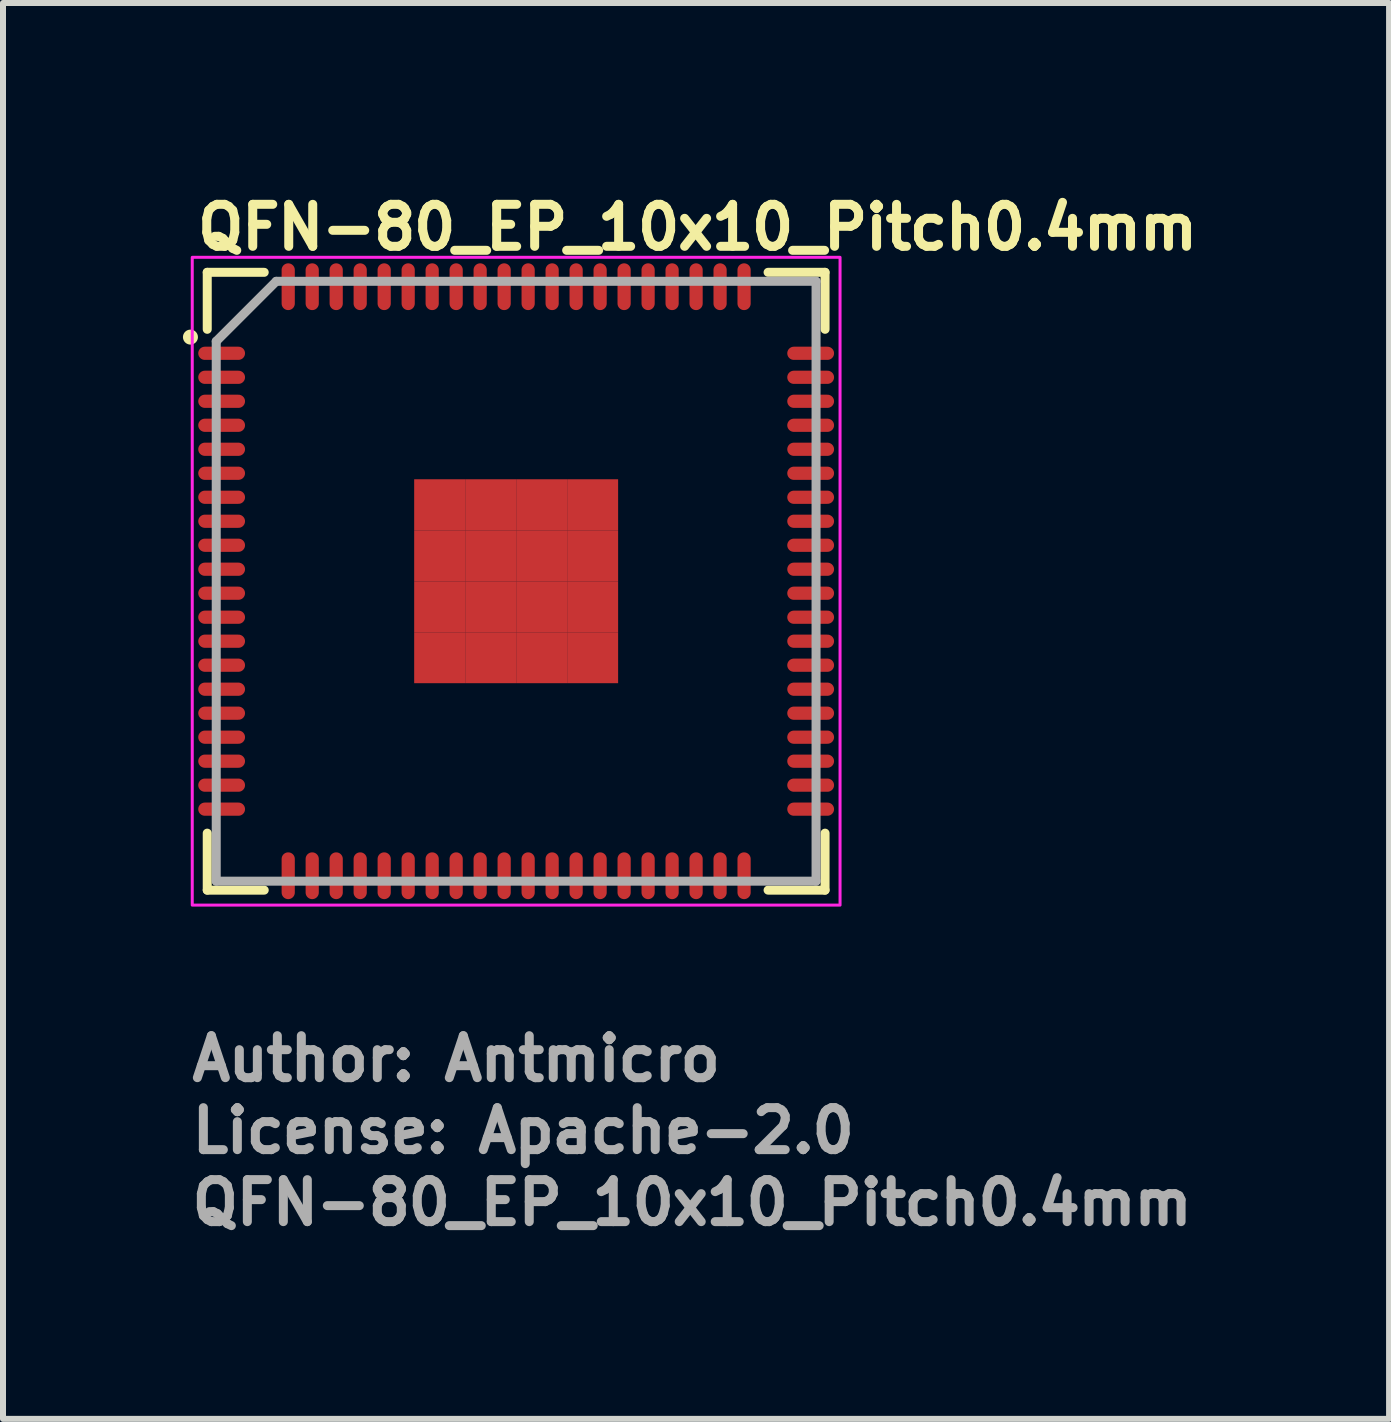
<source format=kicad_pcb>
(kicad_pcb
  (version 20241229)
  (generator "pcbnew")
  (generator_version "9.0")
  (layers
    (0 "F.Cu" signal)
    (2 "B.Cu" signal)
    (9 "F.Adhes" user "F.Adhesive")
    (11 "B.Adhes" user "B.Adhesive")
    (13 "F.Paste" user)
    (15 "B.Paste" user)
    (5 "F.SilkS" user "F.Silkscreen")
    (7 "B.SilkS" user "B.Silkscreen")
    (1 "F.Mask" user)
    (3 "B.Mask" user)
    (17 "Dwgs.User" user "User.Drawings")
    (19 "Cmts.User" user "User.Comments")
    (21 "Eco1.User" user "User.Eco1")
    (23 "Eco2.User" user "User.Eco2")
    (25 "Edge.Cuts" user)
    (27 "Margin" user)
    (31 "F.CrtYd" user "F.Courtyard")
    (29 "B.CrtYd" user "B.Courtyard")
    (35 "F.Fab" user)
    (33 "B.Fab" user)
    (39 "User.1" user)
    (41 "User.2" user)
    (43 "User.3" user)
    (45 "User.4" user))
  (footprint "QFN-80_EP_10x10_Pitch0.4mm"
    (layer "F.Cu")
    (at 5.555 6.64)
    (property "Reference" "QFN-80_EP_10x10_Pitch0.4mm" (at -5.39 -5.49 0) (layer "F.SilkS") (effects (font (size 0.7 0.7) (thickness 0.15)) (justify left bottom)))
    (attr smd)
    (fp_line (start -5.15 -5.15) (end -4.2 -5.15) (stroke (width 0.15) (type solid)) (layer "F.SilkS"))
    (fp_line (start -5.15 -4.2) (end -5.15 -5.15) (stroke (width 0.15) (type solid)) (layer "F.SilkS"))
    (fp_line (start -5.15 5.15) (end -5.15 4.2) (stroke (width 0.15) (type solid)) (layer "F.SilkS"))
    (fp_line (start -4.2 5.15) (end -5.15 5.15) (stroke (width 0.15) (type solid)) (layer "F.SilkS"))
    (fp_line (start 4.2 -5.15) (end 5.15 -5.15) (stroke (width 0.15) (type solid)) (layer "F.SilkS"))
    (fp_line (start 4.2 5.15) (end 5.15 5.15) (stroke (width 0.15) (type solid)) (layer "F.SilkS"))
    (fp_line (start 5.15 -5.15) (end 5.15 -4.2) (stroke (width 0.15) (type solid)) (layer "F.SilkS"))
    (fp_line (start 5.15 5.15) (end 5.15 4.2) (stroke (width 0.15) (type solid)) (layer "F.SilkS"))
    (fp_circle (center -5.43 -4.07) (end -5.38 -4.07) (stroke (width 0.15) (type solid)) (fill yes) (layer "F.SilkS"))
    (fp_rect (start -5.4 -5.4) (end 5.4 5.4) (stroke (width 0.05) (type solid)) (fill no) (layer "F.CrtYd"))
    (fp_line (start -5 -4) (end -5 5) (stroke (width 0.15) (type solid)) (layer "F.Fab"))
    (fp_line (start -5 5) (end 5 5) (stroke (width 0.15) (type solid)) (layer "F.Fab"))
    (fp_line (start -4 -5) (end -5 -4) (stroke (width 0.15) (type solid)) (layer "F.Fab"))
    (fp_line (start 5 -5) (end -4 -5) (stroke (width 0.15) (type solid)) (layer "F.Fab"))
    (fp_line (start 5 5) (end 5 -5) (stroke (width 0.15) (type solid)) (layer "F.Fab"))
    (fp_rect (start -5 -5) (end 5 5) (stroke (width 0.1) (type solid)) (fill no) (layer "User.5"))
    (fp_line (start -5 -3.91) (end -5 -3.69) (stroke (width 0.02) (type solid)) (layer "User.9"))
    (fp_line (start -5 -3.69) (end -4.99 -3.69) (stroke (width 0.02) (type solid)) (layer "User.9"))
    (fp_line (start -5 -3.51) (end -5 -3.29) (stroke (width 0.02) (type solid)) (layer "User.9"))
    (fp_line (start -5 -3.29) (end -4.99 -3.29) (stroke (width 0.02) (type solid)) (layer "User.9"))
    (fp_line (start -5 -3.11) (end -5 -2.89) (stroke (width 0.02) (type solid)) (layer "User.9"))
    (fp_line (start -5 -2.89) (end -4.99 -2.89) (stroke (width 0.02) (type solid)) (layer "User.9"))
    (fp_line (start -5 -2.71) (end -5 -2.49) (stroke (width 0.02) (type solid)) (layer "User.9"))
    (fp_line (start -5 -2.49) (end -4.99 -2.49) (stroke (width 0.02) (type solid)) (layer "User.9"))
    (fp_line (start -5 -2.31) (end -5 -2.09) (stroke (width 0.02) (type solid)) (layer "User.9"))
    (fp_line (start -5 -2.09) (end -4.99 -2.09) (stroke (width 0.02) (type solid)) (layer "User.9"))
    (fp_line (start -5 -1.91) (end -5 -1.69) (stroke (width 0.02) (type solid)) (layer "User.9"))
    (fp_line (start -5 -1.69) (end -4.99 -1.69) (stroke (width 0.02) (type solid)) (layer "User.9"))
    (fp_line (start -5 -1.51) (end -5 -1.29) (stroke (width 0.02) (type solid)) (layer "User.9"))
    (fp_line (start -5 -1.29) (end -4.99 -1.29) (stroke (width 0.02) (type solid)) (layer "User.9"))
    (fp_line (start -5 -1.11) (end -5 -0.89) (stroke (width 0.02) (type solid)) (layer "User.9"))
    (fp_line (start -5 -0.89) (end -4.99 -0.89) (stroke (width 0.02) (type solid)) (layer "User.9"))
    (fp_line (start -5 -0.71) (end -5 -0.49) (stroke (width 0.02) (type solid)) (layer "User.9"))
    (fp_line (start -5 -0.49) (end -4.99 -0.49) (stroke (width 0.02) (type solid)) (layer "User.9"))
    (fp_line (start -5 -0.31) (end -5 -0.09) (stroke (width 0.02) (type solid)) (layer "User.9"))
    (fp_line (start -5 -0.09) (end -4.99 -0.09) (stroke (width 0.02) (type solid)) (layer "User.9"))
    (fp_line (start -5 0.09) (end -5 0.31) (stroke (width 0.02) (type solid)) (layer "User.9"))
    (fp_line (start -5 0.31) (end -4.99 0.31) (stroke (width 0.02) (type solid)) (layer "User.9"))
    (fp_line (start -5 0.49) (end -5 0.71) (stroke (width 0.02) (type solid)) (layer "User.9"))
    (fp_line (start -5 0.71) (end -4.99 0.71) (stroke (width 0.02) (type solid)) (layer "User.9"))
    (fp_line (start -5 0.89) (end -5 1.11) (stroke (width 0.02) (type solid)) (layer "User.9"))
    (fp_line (start -5 1.11) (end -4.99 1.11) (stroke (width 0.02) (type solid)) (layer "User.9"))
    (fp_line (start -5 1.29) (end -5 1.51) (stroke (width 0.02) (type solid)) (layer "User.9"))
    (fp_line (start -5 1.51) (end -4.99 1.51) (stroke (width 0.02) (type solid)) (layer "User.9"))
    (fp_line (start -5 1.69) (end -5 1.91) (stroke (width 0.02) (type solid)) (layer "User.9"))
    (fp_line (start -5 1.91) (end -4.99 1.91) (stroke (width 0.02) (type solid)) (layer "User.9"))
    (fp_line (start -5 2.09) (end -5 2.31) (stroke (width 0.02) (type solid)) (layer "User.9"))
    (fp_line (start -5 2.31) (end -4.99 2.31) (stroke (width 0.02) (type solid)) (layer "User.9"))
    (fp_line (start -5 2.49) (end -5 2.71) (stroke (width 0.02) (type solid)) (layer "User.9"))
    (fp_line (start -5 2.71) (end -4.99 2.71) (stroke (width 0.02) (type solid)) (layer "User.9"))
    (fp_line (start -5 2.89) (end -5 3.11) (stroke (width 0.02) (type solid)) (layer "User.9"))
    (fp_line (start -5 3.11) (end -4.99 3.11) (stroke (width 0.02) (type solid)) (layer "User.9"))
    (fp_line (start -5 3.29) (end -5 3.51) (stroke (width 0.02) (type solid)) (layer "User.9"))
    (fp_line (start -5 3.51) (end -4.99 3.51) (stroke (width 0.02) (type solid)) (layer "User.9"))
    (fp_line (start -5 3.69) (end -5 3.91) (stroke (width 0.02) (type solid)) (layer "User.9"))
    (fp_line (start -5 3.91) (end -4.99 3.91) (stroke (width 0.02) (type solid)) (layer "User.9"))
    (fp_line (start -4.99 -4.99) (end -4.99 4.99) (stroke (width 0.02) (type solid)) (layer "User.9"))
    (fp_line (start -4.99 -4.99) (end 4.99 -4.99) (stroke (width 0.02) (type solid)) (layer "User.9"))
    (fp_line (start -4.99 -3.91) (end -5 -3.91) (stroke (width 0.02) (type solid)) (layer "User.9"))
    (fp_line (start -4.99 -3.51) (end -5 -3.51) (stroke (width 0.02) (type solid)) (layer "User.9"))
    (fp_line (start -4.99 -3.11) (end -5 -3.11) (stroke (width 0.02) (type solid)) (layer "User.9"))
    (fp_line (start -4.99 -2.71) (end -5 -2.71) (stroke (width 0.02) (type solid)) (layer "User.9"))
    (fp_line (start -4.99 -2.31) (end -5 -2.31) (stroke (width 0.02) (type solid)) (layer "User.9"))
    (fp_line (start -4.99 -1.91) (end -5 -1.91) (stroke (width 0.02) (type solid)) (layer "User.9"))
    (fp_line (start -4.99 -1.51) (end -5 -1.51) (stroke (width 0.02) (type solid)) (layer "User.9"))
    (fp_line (start -4.99 -1.11) (end -5 -1.11) (stroke (width 0.02) (type solid)) (layer "User.9"))
    (fp_line (start -4.99 -0.71) (end -5 -0.71) (stroke (width 0.02) (type solid)) (layer "User.9"))
    (fp_line (start -4.99 -0.31) (end -5 -0.31) (stroke (width 0.02) (type solid)) (layer "User.9"))
    (fp_line (start -4.99 0.09) (end -5 0.09) (stroke (width 0.02) (type solid)) (layer "User.9"))
    (fp_line (start -4.99 0.49) (end -5 0.49) (stroke (width 0.02) (type solid)) (layer "User.9"))
    (fp_line (start -4.99 0.89) (end -5 0.89) (stroke (width 0.02) (type solid)) (layer "User.9"))
    (fp_line (start -4.99 1.29) (end -5 1.29) (stroke (width 0.02) (type solid)) (layer "User.9"))
    (fp_line (start -4.99 1.69) (end -5 1.69) (stroke (width 0.02) (type solid)) (layer "User.9"))
    (fp_line (start -4.99 2.09) (end -5 2.09) (stroke (width 0.02) (type solid)) (layer "User.9"))
    (fp_line (start -4.99 2.49) (end -5 2.49) (stroke (width 0.02) (type solid)) (layer "User.9"))
    (fp_line (start -4.99 2.89) (end -5 2.89) (stroke (width 0.02) (type solid)) (layer "User.9"))
    (fp_line (start -4.99 3.29) (end -5 3.29) (stroke (width 0.02) (type solid)) (layer "User.9"))
    (fp_line (start -4.99 3.69) (end -5 3.69) (stroke (width 0.02) (type solid)) (layer "User.9"))
    (fp_line (start -4.99 4.99) (end 4.99 4.99) (stroke (width 0.02) (type solid)) (layer "User.9"))
    (fp_line (start -4.3 -4.262) (end -4.294 -4.31) (stroke (width 0.02) (type solid)) (layer "User.9"))
    (fp_line (start -4.298 -4.214) (end -4.3 -4.262) (stroke (width 0.02) (type solid)) (layer "User.9"))
    (fp_line (start -4.294 -4.31) (end -4.281 -4.356) (stroke (width 0.02) (type solid)) (layer "User.9"))
    (fp_line (start -4.288 -4.167) (end -4.298 -4.214) (stroke (width 0.02) (type solid)) (layer "User.9"))
    (fp_line (start -4.281 -4.356) (end -4.26 -4.4) (stroke (width 0.02) (type solid)) (layer "User.9"))
    (fp_line (start -4.271 -4.121) (end -4.288 -4.167) (stroke (width 0.02) (type solid)) (layer "User.9"))
    (fp_line (start -4.26 -4.4) (end -4.232 -4.44) (stroke (width 0.02) (type solid)) (layer "User.9"))
    (fp_line (start -4.247 -4.08) (end -4.271 -4.121) (stroke (width 0.02) (type solid)) (layer "User.9"))
    (fp_line (start -4.232 -4.44) (end -4.199 -4.475) (stroke (width 0.02) (type solid)) (layer "User.9"))
    (fp_line (start -4.216 -4.042) (end -4.247 -4.08) (stroke (width 0.02) (type solid)) (layer "User.9"))
    (fp_line (start -4.199 -4.475) (end -4.16 -4.504) (stroke (width 0.02) (type solid)) (layer "User.9"))
    (fp_line (start -4.18 -4.01) (end -4.216 -4.042) (stroke (width 0.02) (type solid)) (layer "User.9"))
    (fp_line (start -4.16 -4.504) (end -4.118 -4.526) (stroke (width 0.02) (type solid)) (layer "User.9"))
    (fp_line (start -4.139 -3.984) (end -4.18 -4.01) (stroke (width 0.02) (type solid)) (layer "User.9"))
    (fp_line (start -4.118 -4.526) (end -4.072 -4.541) (stroke (width 0.02) (type solid)) (layer "User.9"))
    (fp_line (start -4.095 -3.965) (end -4.139 -3.984) (stroke (width 0.02) (type solid)) (layer "User.9"))
    (fp_line (start -4.072 -4.541) (end -4.024 -4.549) (stroke (width 0.02) (type solid)) (layer "User.9"))
    (fp_line (start -4.048 -3.954) (end -4.095 -3.965) (stroke (width 0.02) (type solid)) (layer "User.9"))
    (fp_line (start -4.024 -4.549) (end -3.976 -4.549) (stroke (width 0.02) (type solid)) (layer "User.9"))
    (fp_line (start -4 -3.95) (end -4.048 -3.954) (stroke (width 0.02) (type solid)) (layer "User.9"))
    (fp_line (start -3.976 -4.549) (end -3.928 -4.541) (stroke (width 0.02) (type solid)) (layer "User.9"))
    (fp_line (start -3.952 -3.954) (end -4 -3.95) (stroke (width 0.02) (type solid)) (layer "User.9"))
    (fp_line (start -3.928 -4.541) (end -3.882 -4.526) (stroke (width 0.02) (type solid)) (layer "User.9"))
    (fp_line (start -3.91 -5) (end -3.91 -4.99) (stroke (width 0.02) (type solid)) (layer "User.9"))
    (fp_line (start -3.91 4.99) (end -3.91 5) (stroke (width 0.02) (type solid)) (layer "User.9"))
    (fp_line (start -3.91 5) (end -3.69 5) (stroke (width 0.02) (type solid)) (layer "User.9"))
    (fp_line (start -3.905 -3.965) (end -3.952 -3.954) (stroke (width 0.02) (type solid)) (layer "User.9"))
    (fp_line (start -3.882 -4.526) (end -3.84 -4.504) (stroke (width 0.02) (type solid)) (layer "User.9"))
    (fp_line (start -3.861 -3.984) (end -3.905 -3.965) (stroke (width 0.02) (type solid)) (layer "User.9"))
    (fp_line (start -3.84 -4.504) (end -3.801 -4.475) (stroke (width 0.02) (type solid)) (layer "User.9"))
    (fp_line (start -3.82 -4.01) (end -3.861 -3.984) (stroke (width 0.02) (type solid)) (layer "User.9"))
    (fp_line (start -3.801 -4.475) (end -3.768 -4.44) (stroke (width 0.02) (type solid)) (layer "User.9"))
    (fp_line (start -3.784 -4.042) (end -3.82 -4.01) (stroke (width 0.02) (type solid)) (layer "User.9"))
    (fp_line (start -3.768 -4.44) (end -3.74 -4.4) (stroke (width 0.02) (type solid)) (layer "User.9"))
    (fp_line (start -3.753 -4.08) (end -3.784 -4.042) (stroke (width 0.02) (type solid)) (layer "User.9"))
    (fp_line (start -3.74 -4.4) (end -3.719 -4.356) (stroke (width 0.02) (type solid)) (layer "User.9"))
    (fp_line (start -3.729 -4.121) (end -3.753 -4.08) (stroke (width 0.02) (type solid)) (layer "User.9"))
    (fp_line (start -3.719 -4.356) (end -3.706 -4.31) (stroke (width 0.02) (type solid)) (layer "User.9"))
    (fp_line (start -3.712 -4.167) (end -3.729 -4.121) (stroke (width 0.02) (type solid)) (layer "User.9"))
    (fp_line (start -3.706 -4.31) (end -3.7 -4.262) (stroke (width 0.02) (type solid)) (layer "User.9"))
    (fp_line (start -3.702 -4.214) (end -3.712 -4.167) (stroke (width 0.02) (type solid)) (layer "User.9"))
    (fp_line (start -3.7 -4.262) (end -3.702 -4.214) (stroke (width 0.02) (type solid)) (layer "User.9"))
    (fp_line (start -3.69 -5) (end -3.91 -5) (stroke (width 0.02) (type solid)) (layer "User.9"))
    (fp_line (start -3.69 -4.99) (end -3.69 -5) (stroke (width 0.02) (type solid)) (layer "User.9"))
    (fp_line (start -3.69 5) (end -3.69 4.99) (stroke (width 0.02) (type solid)) (layer "User.9"))
    (fp_line (start -3.51 -5) (end -3.51 -4.99) (stroke (width 0.02) (type solid)) (layer "User.9"))
    (fp_line (start -3.51 4.99) (end -3.51 5) (stroke (width 0.02) (type solid)) (layer "User.9"))
    (fp_line (start -3.51 5) (end -3.29 5) (stroke (width 0.02) (type solid)) (layer "User.9"))
    (fp_line (start -3.29 -5) (end -3.51 -5) (stroke (width 0.02) (type solid)) (layer "User.9"))
    (fp_line (start -3.29 -4.99) (end -3.29 -5) (stroke (width 0.02) (type solid)) (layer "User.9"))
    (fp_line (start -3.29 5) (end -3.29 4.99) (stroke (width 0.02) (type solid)) (layer "User.9"))
    (fp_line (start -3.11 -5) (end -3.11 -4.99) (stroke (width 0.02) (type solid)) (layer "User.9"))
    (fp_line (start -3.11 4.99) (end -3.11 5) (stroke (width 0.02) (type solid)) (layer "User.9"))
    (fp_line (start -3.11 5) (end -2.89 5) (stroke (width 0.02) (type solid)) (layer "User.9"))
    (fp_line (start -2.89 -5) (end -3.11 -5) (stroke (width 0.02) (type solid)) (layer "User.9"))
    (fp_line (start -2.89 -4.99) (end -2.89 -5) (stroke (width 0.02) (type solid)) (layer "User.9"))
    (fp_line (start -2.89 5) (end -2.89 4.99) (stroke (width 0.02) (type solid)) (layer "User.9"))
    (fp_line (start -2.71 -5) (end -2.71 -4.99) (stroke (width 0.02) (type solid)) (layer "User.9"))
    (fp_line (start -2.71 4.99) (end -2.71 5) (stroke (width 0.02) (type solid)) (layer "User.9"))
    (fp_line (start -2.71 5) (end -2.49 5) (stroke (width 0.02) (type solid)) (layer "User.9"))
    (fp_line (start -2.49 -5) (end -2.71 -5) (stroke (width 0.02) (type solid)) (layer "User.9"))
    (fp_line (start -2.49 -4.99) (end -2.49 -5) (stroke (width 0.02) (type solid)) (layer "User.9"))
    (fp_line (start -2.49 5) (end -2.49 4.99) (stroke (width 0.02) (type solid)) (layer "User.9"))
    (fp_line (start -2.31 -5) (end -2.31 -4.99) (stroke (width 0.02) (type solid)) (layer "User.9"))
    (fp_line (start -2.31 4.99) (end -2.31 5) (stroke (width 0.02) (type solid)) (layer "User.9"))
    (fp_line (start -2.31 5) (end -2.09 5) (stroke (width 0.02) (type solid)) (layer "User.9"))
    (fp_line (start -2.09 -5) (end -2.31 -5) (stroke (width 0.02) (type solid)) (layer "User.9"))
    (fp_line (start -2.09 -4.99) (end -2.09 -5) (stroke (width 0.02) (type solid)) (layer "User.9"))
    (fp_line (start -2.09 5) (end -2.09 4.99) (stroke (width 0.02) (type solid)) (layer "User.9"))
    (fp_line (start -1.91 -5) (end -1.91 -4.99) (stroke (width 0.02) (type solid)) (layer "User.9"))
    (fp_line (start -1.91 4.99) (end -1.91 5) (stroke (width 0.02) (type solid)) (layer "User.9"))
    (fp_line (start -1.91 5) (end -1.69 5) (stroke (width 0.02) (type solid)) (layer "User.9"))
    (fp_line (start -1.69 -5) (end -1.91 -5) (stroke (width 0.02) (type solid)) (layer "User.9"))
    (fp_line (start -1.69 -4.99) (end -1.69 -5) (stroke (width 0.02) (type solid)) (layer "User.9"))
    (fp_line (start -1.69 5) (end -1.69 4.99) (stroke (width 0.02) (type solid)) (layer "User.9"))
    (fp_line (start -1.51 -5) (end -1.51 -4.99) (stroke (width 0.02) (type solid)) (layer "User.9"))
    (fp_line (start -1.51 4.99) (end -1.51 5) (stroke (width 0.02) (type solid)) (layer "User.9"))
    (fp_line (start -1.51 5) (end -1.29 5) (stroke (width 0.02) (type solid)) (layer "User.9"))
    (fp_line (start -1.29 -5) (end -1.51 -5) (stroke (width 0.02) (type solid)) (layer "User.9"))
    (fp_line (start -1.29 -4.99) (end -1.29 -5) (stroke (width 0.02) (type solid)) (layer "User.9"))
    (fp_line (start -1.29 5) (end -1.29 4.99) (stroke (width 0.02) (type solid)) (layer "User.9"))
    (fp_line (start -1.11 -5) (end -1.11 -4.99) (stroke (width 0.02) (type solid)) (layer "User.9"))
    (fp_line (start -1.11 4.99) (end -1.11 5) (stroke (width 0.02) (type solid)) (layer "User.9"))
    (fp_line (start -1.11 5) (end -0.89 5) (stroke (width 0.02) (type solid)) (layer "User.9"))
    (fp_line (start -0.89 -5) (end -1.11 -5) (stroke (width 0.02) (type solid)) (layer "User.9"))
    (fp_line (start -0.89 -4.99) (end -0.89 -5) (stroke (width 0.02) (type solid)) (layer "User.9"))
    (fp_line (start -0.89 5) (end -0.89 4.99) (stroke (width 0.02) (type solid)) (layer "User.9"))
    (fp_line (start -0.71 -5) (end -0.71 -4.99) (stroke (width 0.02) (type solid)) (layer "User.9"))
    (fp_line (start -0.71 4.99) (end -0.71 5) (stroke (width 0.02) (type solid)) (layer "User.9"))
    (fp_line (start -0.71 5) (end -0.49 5) (stroke (width 0.02) (type solid)) (layer "User.9"))
    (fp_line (start -0.49 -5) (end -0.71 -5) (stroke (width 0.02) (type solid)) (layer "User.9"))
    (fp_line (start -0.49 -4.99) (end -0.49 -5) (stroke (width 0.02) (type solid)) (layer "User.9"))
    (fp_line (start -0.49 5) (end -0.49 4.99) (stroke (width 0.02) (type solid)) (layer "User.9"))
    (fp_line (start -0.31 -5) (end -0.31 -4.99) (stroke (width 0.02) (type solid)) (layer "User.9"))
    (fp_line (start -0.31 4.99) (end -0.31 5) (stroke (width 0.02) (type solid)) (layer "User.9"))
    (fp_line (start -0.31 5) (end -0.09 5) (stroke (width 0.02) (type solid)) (layer "User.9"))
    (fp_line (start -0.09 -5) (end -0.31 -5) (stroke (width 0.02) (type solid)) (layer "User.9"))
    (fp_line (start -0.09 -4.99) (end -0.09 -5) (stroke (width 0.02) (type solid)) (layer "User.9"))
    (fp_line (start -0.09 5) (end -0.09 4.99) (stroke (width 0.02) (type solid)) (layer "User.9"))
    (fp_line (start 0.09 -5) (end 0.09 -4.99) (stroke (width 0.02) (type solid)) (layer "User.9"))
    (fp_line (start 0.09 4.99) (end 0.09 5) (stroke (width 0.02) (type solid)) (layer "User.9"))
    (fp_line (start 0.09 5) (end 0.31 5) (stroke (width 0.02) (type solid)) (layer "User.9"))
    (fp_line (start 0.31 -5) (end 0.09 -5) (stroke (width 0.02) (type solid)) (layer "User.9"))
    (fp_line (start 0.31 -4.99) (end 0.31 -5) (stroke (width 0.02) (type solid)) (layer "User.9"))
    (fp_line (start 0.31 5) (end 0.31 4.99) (stroke (width 0.02) (type solid)) (layer "User.9"))
    (fp_line (start 0.49 -5) (end 0.49 -4.99) (stroke (width 0.02) (type solid)) (layer "User.9"))
    (fp_line (start 0.49 4.99) (end 0.49 5) (stroke (width 0.02) (type solid)) (layer "User.9"))
    (fp_line (start 0.49 5) (end 0.71 5) (stroke (width 0.02) (type solid)) (layer "User.9"))
    (fp_line (start 0.71 -5) (end 0.49 -5) (stroke (width 0.02) (type solid)) (layer "User.9"))
    (fp_line (start 0.71 -4.99) (end 0.71 -5) (stroke (width 0.02) (type solid)) (layer "User.9"))
    (fp_line (start 0.71 5) (end 0.71 4.99) (stroke (width 0.02) (type solid)) (layer "User.9"))
    (fp_line (start 0.89 -5) (end 0.89 -4.99) (stroke (width 0.02) (type solid)) (layer "User.9"))
    (fp_line (start 0.89 4.99) (end 0.89 5) (stroke (width 0.02) (type solid)) (layer "User.9"))
    (fp_line (start 0.89 5) (end 1.11 5) (stroke (width 0.02) (type solid)) (layer "User.9"))
    (fp_line (start 1.11 -5) (end 0.89 -5) (stroke (width 0.02) (type solid)) (layer "User.9"))
    (fp_line (start 1.11 -4.99) (end 1.11 -5) (stroke (width 0.02) (type solid)) (layer "User.9"))
    (fp_line (start 1.11 5) (end 1.11 4.99) (stroke (width 0.02) (type solid)) (layer "User.9"))
    (fp_line (start 1.29 -5) (end 1.29 -4.99) (stroke (width 0.02) (type solid)) (layer "User.9"))
    (fp_line (start 1.29 4.99) (end 1.29 5) (stroke (width 0.02) (type solid)) (layer "User.9"))
    (fp_line (start 1.29 5) (end 1.51 5) (stroke (width 0.02) (type solid)) (layer "User.9"))
    (fp_line (start 1.51 -5) (end 1.29 -5) (stroke (width 0.02) (type solid)) (layer "User.9"))
    (fp_line (start 1.51 -4.99) (end 1.51 -5) (stroke (width 0.02) (type solid)) (layer "User.9"))
    (fp_line (start 1.51 5) (end 1.51 4.99) (stroke (width 0.02) (type solid)) (layer "User.9"))
    (fp_line (start 1.69 -5) (end 1.69 -4.99) (stroke (width 0.02) (type solid)) (layer "User.9"))
    (fp_line (start 1.69 4.99) (end 1.69 5) (stroke (width 0.02) (type solid)) (layer "User.9"))
    (fp_line (start 1.69 5) (end 1.91 5) (stroke (width 0.02) (type solid)) (layer "User.9"))
    (fp_line (start 1.91 -5) (end 1.69 -5) (stroke (width 0.02) (type solid)) (layer "User.9"))
    (fp_line (start 1.91 -4.99) (end 1.91 -5) (stroke (width 0.02) (type solid)) (layer "User.9"))
    (fp_line (start 1.91 5) (end 1.91 4.99) (stroke (width 0.02) (type solid)) (layer "User.9"))
    (fp_line (start 2.09 -5) (end 2.09 -4.99) (stroke (width 0.02) (type solid)) (layer "User.9"))
    (fp_line (start 2.09 4.99) (end 2.09 5) (stroke (width 0.02) (type solid)) (layer "User.9"))
    (fp_line (start 2.09 5) (end 2.31 5) (stroke (width 0.02) (type solid)) (layer "User.9"))
    (fp_line (start 2.31 -5) (end 2.09 -5) (stroke (width 0.02) (type solid)) (layer "User.9"))
    (fp_line (start 2.31 -4.99) (end 2.31 -5) (stroke (width 0.02) (type solid)) (layer "User.9"))
    (fp_line (start 2.31 5) (end 2.31 4.99) (stroke (width 0.02) (type solid)) (layer "User.9"))
    (fp_line (start 2.49 -5) (end 2.49 -4.99) (stroke (width 0.02) (type solid)) (layer "User.9"))
    (fp_line (start 2.49 4.99) (end 2.49 5) (stroke (width 0.02) (type solid)) (layer "User.9"))
    (fp_line (start 2.49 5) (end 2.71 5) (stroke (width 0.02) (type solid)) (layer "User.9"))
    (fp_line (start 2.71 -5) (end 2.49 -5) (stroke (width 0.02) (type solid)) (layer "User.9"))
    (fp_line (start 2.71 -4.99) (end 2.71 -5) (stroke (width 0.02) (type solid)) (layer "User.9"))
    (fp_line (start 2.71 5) (end 2.71 4.99) (stroke (width 0.02) (type solid)) (layer "User.9"))
    (fp_line (start 2.89 -5) (end 2.89 -4.99) (stroke (width 0.02) (type solid)) (layer "User.9"))
    (fp_line (start 2.89 4.99) (end 2.89 5) (stroke (width 0.02) (type solid)) (layer "User.9"))
    (fp_line (start 2.89 5) (end 3.11 5) (stroke (width 0.02) (type solid)) (layer "User.9"))
    (fp_line (start 3.11 -5) (end 2.89 -5) (stroke (width 0.02) (type solid)) (layer "User.9"))
    (fp_line (start 3.11 -4.99) (end 3.11 -5) (stroke (width 0.02) (type solid)) (layer "User.9"))
    (fp_line (start 3.11 5) (end 3.11 4.99) (stroke (width 0.02) (type solid)) (layer "User.9"))
    (fp_line (start 3.29 -5) (end 3.29 -4.99) (stroke (width 0.02) (type solid)) (layer "User.9"))
    (fp_line (start 3.29 4.99) (end 3.29 5) (stroke (width 0.02) (type solid)) (layer "User.9"))
    (fp_line (start 3.29 5) (end 3.51 5) (stroke (width 0.02) (type solid)) (layer "User.9"))
    (fp_line (start 3.51 -5) (end 3.29 -5) (stroke (width 0.02) (type solid)) (layer "User.9"))
    (fp_line (start 3.51 -4.99) (end 3.51 -5) (stroke (width 0.02) (type solid)) (layer "User.9"))
    (fp_line (start 3.51 5) (end 3.51 4.99) (stroke (width 0.02) (type solid)) (layer "User.9"))
    (fp_line (start 3.69 -5) (end 3.69 -4.99) (stroke (width 0.02) (type solid)) (layer "User.9"))
    (fp_line (start 3.69 4.99) (end 3.69 5) (stroke (width 0.02) (type solid)) (layer "User.9"))
    (fp_line (start 3.69 5) (end 3.91 5) (stroke (width 0.02) (type solid)) (layer "User.9"))
    (fp_line (start 3.91 -5) (end 3.69 -5) (stroke (width 0.02) (type solid)) (layer "User.9"))
    (fp_line (start 3.91 -4.99) (end 3.91 -5) (stroke (width 0.02) (type solid)) (layer "User.9"))
    (fp_line (start 3.91 5) (end 3.91 4.99) (stroke (width 0.02) (type solid)) (layer "User.9"))
    (fp_line (start 4.99 -4.99) (end 4.99 4.99) (stroke (width 0.02) (type solid)) (layer "User.9"))
    (fp_line (start 4.99 -3.69) (end 5 -3.69) (stroke (width 0.02) (type solid)) (layer "User.9"))
    (fp_line (start 4.99 -3.29) (end 5 -3.29) (stroke (width 0.02) (type solid)) (layer "User.9"))
    (fp_line (start 4.99 -2.89) (end 5 -2.89) (stroke (width 0.02) (type solid)) (layer "User.9"))
    (fp_line (start 4.99 -2.49) (end 5 -2.49) (stroke (width 0.02) (type solid)) (layer "User.9"))
    (fp_line (start 4.99 -2.09) (end 5 -2.09) (stroke (width 0.02) (type solid)) (layer "User.9"))
    (fp_line (start 4.99 -1.69) (end 5 -1.69) (stroke (width 0.02) (type solid)) (layer "User.9"))
    (fp_line (start 4.99 -1.29) (end 5 -1.29) (stroke (width 0.02) (type solid)) (layer "User.9"))
    (fp_line (start 4.99 -0.89) (end 5 -0.89) (stroke (width 0.02) (type solid)) (layer "User.9"))
    (fp_line (start 4.99 -0.49) (end 5 -0.49) (stroke (width 0.02) (type solid)) (layer "User.9"))
    (fp_line (start 4.99 -0.09) (end 5 -0.09) (stroke (width 0.02) (type solid)) (layer "User.9"))
    (fp_line (start 4.99 0.31) (end 5 0.31) (stroke (width 0.02) (type solid)) (layer "User.9"))
    (fp_line (start 4.99 0.71) (end 5 0.71) (stroke (width 0.02) (type solid)) (layer "User.9"))
    (fp_line (start 4.99 1.11) (end 5 1.11) (stroke (width 0.02) (type solid)) (layer "User.9"))
    (fp_line (start 4.99 1.51) (end 5 1.51) (stroke (width 0.02) (type solid)) (layer "User.9"))
    (fp_line (start 4.99 1.91) (end 5 1.91) (stroke (width 0.02) (type solid)) (layer "User.9"))
    (fp_line (start 4.99 2.31) (end 5 2.31) (stroke (width 0.02) (type solid)) (layer "User.9"))
    (fp_line (start 4.99 2.71) (end 5 2.71) (stroke (width 0.02) (type solid)) (layer "User.9"))
    (fp_line (start 4.99 3.11) (end 5 3.11) (stroke (width 0.02) (type solid)) (layer "User.9"))
    (fp_line (start 4.99 3.51) (end 5 3.51) (stroke (width 0.02) (type solid)) (layer "User.9"))
    (fp_line (start 4.99 3.91) (end 5 3.91) (stroke (width 0.02) (type solid)) (layer "User.9"))
    (fp_line (start 5 -3.91) (end 4.99 -3.91) (stroke (width 0.02) (type solid)) (layer "User.9"))
    (fp_line (start 5 -3.69) (end 5 -3.91) (stroke (width 0.02) (type solid)) (layer "User.9"))
    (fp_line (start 5 -3.51) (end 4.99 -3.51) (stroke (width 0.02) (type solid)) (layer "User.9"))
    (fp_line (start 5 -3.29) (end 5 -3.51) (stroke (width 0.02) (type solid)) (layer "User.9"))
    (fp_line (start 5 -3.11) (end 4.99 -3.11) (stroke (width 0.02) (type solid)) (layer "User.9"))
    (fp_line (start 5 -2.89) (end 5 -3.11) (stroke (width 0.02) (type solid)) (layer "User.9"))
    (fp_line (start 5 -2.71) (end 4.99 -2.71) (stroke (width 0.02) (type solid)) (layer "User.9"))
    (fp_line (start 5 -2.49) (end 5 -2.71) (stroke (width 0.02) (type solid)) (layer "User.9"))
    (fp_line (start 5 -2.31) (end 4.99 -2.31) (stroke (width 0.02) (type solid)) (layer "User.9"))
    (fp_line (start 5 -2.09) (end 5 -2.31) (stroke (width 0.02) (type solid)) (layer "User.9"))
    (fp_line (start 5 -1.91) (end 4.99 -1.91) (stroke (width 0.02) (type solid)) (layer "User.9"))
    (fp_line (start 5 -1.69) (end 5 -1.91) (stroke (width 0.02) (type solid)) (layer "User.9"))
    (fp_line (start 5 -1.51) (end 4.99 -1.51) (stroke (width 0.02) (type solid)) (layer "User.9"))
    (fp_line (start 5 -1.29) (end 5 -1.51) (stroke (width 0.02) (type solid)) (layer "User.9"))
    (fp_line (start 5 -1.11) (end 4.99 -1.11) (stroke (width 0.02) (type solid)) (layer "User.9"))
    (fp_line (start 5 -0.89) (end 5 -1.11) (stroke (width 0.02) (type solid)) (layer "User.9"))
    (fp_line (start 5 -0.71) (end 4.99 -0.71) (stroke (width 0.02) (type solid)) (layer "User.9"))
    (fp_line (start 5 -0.49) (end 5 -0.71) (stroke (width 0.02) (type solid)) (layer "User.9"))
    (fp_line (start 5 -0.31) (end 4.99 -0.31) (stroke (width 0.02) (type solid)) (layer "User.9"))
    (fp_line (start 5 -0.09) (end 5 -0.31) (stroke (width 0.02) (type solid)) (layer "User.9"))
    (fp_line (start 5 0.09) (end 4.99 0.09) (stroke (width 0.02) (type solid)) (layer "User.9"))
    (fp_line (start 5 0.31) (end 5 0.09) (stroke (width 0.02) (type solid)) (layer "User.9"))
    (fp_line (start 5 0.49) (end 4.99 0.49) (stroke (width 0.02) (type solid)) (layer "User.9"))
    (fp_line (start 5 0.71) (end 5 0.49) (stroke (width 0.02) (type solid)) (layer "User.9"))
    (fp_line (start 5 0.89) (end 4.99 0.89) (stroke (width 0.02) (type solid)) (layer "User.9"))
    (fp_line (start 5 1.11) (end 5 0.89) (stroke (width 0.02) (type solid)) (layer "User.9"))
    (fp_line (start 5 1.29) (end 4.99 1.29) (stroke (width 0.02) (type solid)) (layer "User.9"))
    (fp_line (start 5 1.51) (end 5 1.29) (stroke (width 0.02) (type solid)) (layer "User.9"))
    (fp_line (start 5 1.69) (end 4.99 1.69) (stroke (width 0.02) (type solid)) (layer "User.9"))
    (fp_line (start 5 1.91) (end 5 1.69) (stroke (width 0.02) (type solid)) (layer "User.9"))
    (fp_line (start 5 2.09) (end 4.99 2.09) (stroke (width 0.02) (type solid)) (layer "User.9"))
    (fp_line (start 5 2.31) (end 5 2.09) (stroke (width 0.02) (type solid)) (layer "User.9"))
    (fp_line (start 5 2.49) (end 4.99 2.49) (stroke (width 0.02) (type solid)) (layer "User.9"))
    (fp_line (start 5 2.71) (end 5 2.49) (stroke (width 0.02) (type solid)) (layer "User.9"))
    (fp_line (start 5 2.89) (end 4.99 2.89) (stroke (width 0.02) (type solid)) (layer "User.9"))
    (fp_line (start 5 3.11) (end 5 2.89) (stroke (width 0.02) (type solid)) (layer "User.9"))
    (fp_line (start 5 3.29) (end 4.99 3.29) (stroke (width 0.02) (type solid)) (layer "User.9"))
    (fp_line (start 5 3.51) (end 5 3.29) (stroke (width 0.02) (type solid)) (layer "User.9"))
    (fp_line (start 5 3.69) (end 4.99 3.69) (stroke (width 0.02) (type solid)) (layer "User.9"))
    (fp_line (start 5 3.91) (end 5 3.69) (stroke (width 0.02) (type solid)) (layer "User.9"))
    (fp_text user "${REFERENCE}" (at -5.48 10.77 0) (layer "F.Fab") (effects (font (size 0.7 0.7) (thickness 0.15)) (justify left bottom)))
    (fp_text user "Author: Antmicro" (at -5.48 8.37 0) (layer "F.Fab") (effects (font (size 0.7 0.7) (thickness 0.15)) (justify left bottom)))
    (fp_text user "License: Apache-2.0" (at -5.48 9.57 0) (layer "F.Fab") (effects (font (size 0.7 0.7) (thickness 0.15)) (justify left bottom)))
    (pad "1" smd oval (at -4.91 -3.8 90) (size 0.22 0.78) (layers "F.Cu" "F.Mask" "F.Paste"))
    (pad "2" smd oval (at -4.91 -3.4 90) (size 0.22 0.78) (layers "F.Cu" "F.Mask" "F.Paste"))
    (pad "3" smd oval (at -4.91 -3 90) (size 0.22 0.78) (layers "F.Cu" "F.Mask" "F.Paste"))
    (pad "4" smd oval (at -4.91 -2.6 90) (size 0.22 0.78) (layers "F.Cu" "F.Mask" "F.Paste"))
    (pad "5" smd oval (at -4.91 -2.2 90) (size 0.22 0.78) (layers "F.Cu" "F.Mask" "F.Paste"))
    (pad "6" smd oval (at -4.91 -1.8 90) (size 0.22 0.78) (layers "F.Cu" "F.Mask" "F.Paste"))
    (pad "7" smd oval (at -4.91 -1.4 90) (size 0.22 0.78) (layers "F.Cu" "F.Mask" "F.Paste"))
    (pad "8" smd oval (at -4.91 -1 90) (size 0.22 0.78) (layers "F.Cu" "F.Mask" "F.Paste"))
    (pad "9" smd oval (at -4.91 -0.6 90) (size 0.22 0.78) (layers "F.Cu" "F.Mask" "F.Paste"))
    (pad "10" smd oval (at -4.91 -0.2 90) (size 0.22 0.78) (layers "F.Cu" "F.Mask" "F.Paste"))
    (pad "11" smd oval (at -4.91 0.2 90) (size 0.22 0.78) (layers "F.Cu" "F.Mask" "F.Paste"))
    (pad "12" smd oval (at -4.91 0.6 90) (size 0.22 0.78) (layers "F.Cu" "F.Mask" "F.Paste"))
    (pad "13" smd oval (at -4.91 1 90) (size 0.22 0.78) (layers "F.Cu" "F.Mask" "F.Paste"))
    (pad "14" smd oval (at -4.91 1.4 90) (size 0.22 0.78) (layers "F.Cu" "F.Mask" "F.Paste"))
    (pad "15" smd oval (at -4.91 1.8 90) (size 0.22 0.78) (layers "F.Cu" "F.Mask" "F.Paste"))
    (pad "16" smd oval (at -4.91 2.2 90) (size 0.22 0.78) (layers "F.Cu" "F.Mask" "F.Paste"))
    (pad "17" smd oval (at -4.91 2.6 90) (size 0.22 0.78) (layers "F.Cu" "F.Mask" "F.Paste"))
    (pad "18" smd oval (at -4.91 3 90) (size 0.22 0.78) (layers "F.Cu" "F.Mask" "F.Paste"))
    (pad "19" smd oval (at -4.91 3.4 90) (size 0.22 0.78) (layers "F.Cu" "F.Mask" "F.Paste"))
    (pad "20" smd oval (at -4.91 3.8 90) (size 0.22 0.78) (layers "F.Cu" "F.Mask" "F.Paste"))
    (pad "21" smd oval (at -3.8 4.91) (size 0.22 0.78) (layers "F.Cu" "F.Mask" "F.Paste"))
    (pad "22" smd oval (at -3.4 4.91) (size 0.22 0.78) (layers "F.Cu" "F.Mask" "F.Paste"))
    (pad "23" smd oval (at -3 4.91) (size 0.22 0.78) (layers "F.Cu" "F.Mask" "F.Paste"))
    (pad "24" smd oval (at -2.6 4.91) (size 0.22 0.78) (layers "F.Cu" "F.Mask" "F.Paste"))
    (pad "25" smd oval (at -2.2 4.91) (size 0.22 0.78) (layers "F.Cu" "F.Mask" "F.Paste"))
    (pad "26" smd oval (at -1.8 4.91) (size 0.22 0.78) (layers "F.Cu" "F.Mask" "F.Paste"))
    (pad "27" smd oval (at -1.4 4.91) (size 0.22 0.78) (layers "F.Cu" "F.Mask" "F.Paste"))
    (pad "28" smd oval (at -1 4.91) (size 0.22 0.78) (layers "F.Cu" "F.Mask" "F.Paste"))
    (pad "29" smd oval (at -0.6 4.91) (size 0.22 0.78) (layers "F.Cu" "F.Mask" "F.Paste"))
    (pad "30" smd oval (at -0.2 4.91) (size 0.22 0.78) (layers "F.Cu" "F.Mask" "F.Paste"))
    (pad "31" smd oval (at 0.2 4.91) (size 0.22 0.78) (layers "F.Cu" "F.Mask" "F.Paste"))
    (pad "32" smd oval (at 0.6 4.91) (size 0.22 0.78) (layers "F.Cu" "F.Mask" "F.Paste"))
    (pad "33" smd oval (at 1 4.91) (size 0.22 0.78) (layers "F.Cu" "F.Mask" "F.Paste"))
    (pad "34" smd oval (at 1.4 4.91) (size 0.22 0.78) (layers "F.Cu" "F.Mask" "F.Paste"))
    (pad "35" smd oval (at 1.8 4.91) (size 0.22 0.78) (layers "F.Cu" "F.Mask" "F.Paste"))
    (pad "36" smd oval (at 2.2 4.91) (size 0.22 0.78) (layers "F.Cu" "F.Mask" "F.Paste"))
    (pad "37" smd oval (at 2.6 4.91) (size 0.22 0.78) (layers "F.Cu" "F.Mask" "F.Paste"))
    (pad "38" smd oval (at 3 4.91) (size 0.22 0.78) (layers "F.Cu" "F.Mask" "F.Paste"))
    (pad "39" smd oval (at 3.4 4.91) (size 0.22 0.78) (layers "F.Cu" "F.Mask" "F.Paste"))
    (pad "40" smd oval (at 3.8 4.91) (size 0.22 0.78) (layers "F.Cu" "F.Mask" "F.Paste"))
    (pad "41" smd oval (at 4.91 3.8 90) (size 0.22 0.78) (layers "F.Cu" "F.Mask" "F.Paste"))
    (pad "42" smd oval (at 4.91 3.4 90) (size 0.22 0.78) (layers "F.Cu" "F.Mask" "F.Paste"))
    (pad "43" smd oval (at 4.91 3 90) (size 0.22 0.78) (layers "F.Cu" "F.Mask" "F.Paste"))
    (pad "44" smd oval (at 4.91 2.6 90) (size 0.22 0.78) (layers "F.Cu" "F.Mask" "F.Paste"))
    (pad "45" smd oval (at 4.91 2.2 90) (size 0.22 0.78) (layers "F.Cu" "F.Mask" "F.Paste"))
    (pad "46" smd oval (at 4.91 1.8 90) (size 0.22 0.78) (layers "F.Cu" "F.Mask" "F.Paste"))
    (pad "47" smd oval (at 4.91 1.4 90) (size 0.22 0.78) (layers "F.Cu" "F.Mask" "F.Paste"))
    (pad "48" smd oval (at 4.91 1 90) (size 0.22 0.78) (layers "F.Cu" "F.Mask" "F.Paste"))
    (pad "49" smd oval (at 4.91 0.6 90) (size 0.22 0.78) (layers "F.Cu" "F.Mask" "F.Paste"))
    (pad "50" smd oval (at 4.91 0.2 90) (size 0.22 0.78) (layers "F.Cu" "F.Mask" "F.Paste"))
    (pad "51" smd oval (at 4.91 -0.2 90) (size 0.22 0.78) (layers "F.Cu" "F.Mask" "F.Paste"))
    (pad "52" smd oval (at 4.91 -0.6 90) (size 0.22 0.78) (layers "F.Cu" "F.Mask" "F.Paste"))
    (pad "53" smd oval (at 4.91 -1 90) (size 0.22 0.78) (layers "F.Cu" "F.Mask" "F.Paste"))
    (pad "54" smd oval (at 4.91 -1.4 90) (size 0.22 0.78) (layers "F.Cu" "F.Mask" "F.Paste"))
    (pad "55" smd oval (at 4.91 -1.8 90) (size 0.22 0.78) (layers "F.Cu" "F.Mask" "F.Paste"))
    (pad "56" smd oval (at 4.91 -2.2 90) (size 0.22 0.78) (layers "F.Cu" "F.Mask" "F.Paste"))
    (pad "57" smd oval (at 4.91 -2.6 90) (size 0.22 0.78) (layers "F.Cu" "F.Mask" "F.Paste"))
    (pad "58" smd oval (at 4.91 -3 90) (size 0.22 0.78) (layers "F.Cu" "F.Mask" "F.Paste"))
    (pad "59" smd oval (at 4.91 -3.4 90) (size 0.22 0.78) (layers "F.Cu" "F.Mask" "F.Paste"))
    (pad "60" smd oval (at 4.91 -3.8 90) (size 0.22 0.78) (layers "F.Cu" "F.Mask" "F.Paste"))
    (pad "61" smd oval (at 3.8 -4.91) (size 0.22 0.78) (layers "F.Cu" "F.Mask" "F.Paste"))
    (pad "62" smd oval (at 3.4 -4.91) (size 0.22 0.78) (layers "F.Cu" "F.Mask" "F.Paste"))
    (pad "63" smd oval (at 3 -4.91) (size 0.22 0.78) (layers "F.Cu" "F.Mask" "F.Paste"))
    (pad "64" smd oval (at 2.6 -4.91) (size 0.22 0.78) (layers "F.Cu" "F.Mask" "F.Paste"))
    (pad "65" smd oval (at 2.2 -4.91) (size 0.22 0.78) (layers "F.Cu" "F.Mask" "F.Paste"))
    (pad "66" smd oval (at 1.8 -4.91) (size 0.22 0.78) (layers "F.Cu" "F.Mask" "F.Paste"))
    (pad "67" smd oval (at 1.4 -4.91) (size 0.22 0.78) (layers "F.Cu" "F.Mask" "F.Paste"))
    (pad "68" smd oval (at 1 -4.91) (size 0.22 0.78) (layers "F.Cu" "F.Mask" "F.Paste"))
    (pad "69" smd oval (at 0.6 -4.91) (size 0.22 0.78) (layers "F.Cu" "F.Mask" "F.Paste"))
    (pad "70" smd oval (at 0.2 -4.91) (size 0.22 0.78) (layers "F.Cu" "F.Mask" "F.Paste"))
    (pad "71" smd oval (at -0.2 -4.91) (size 0.22 0.78) (layers "F.Cu" "F.Mask" "F.Paste"))
    (pad "72" smd oval (at -0.6 -4.91) (size 0.22 0.78) (layers "F.Cu" "F.Mask" "F.Paste"))
    (pad "73" smd oval (at -1 -4.91) (size 0.22 0.78) (layers "F.Cu" "F.Mask" "F.Paste"))
    (pad "74" smd oval (at -1.4 -4.91) (size 0.22 0.78) (layers "F.Cu" "F.Mask" "F.Paste"))
    (pad "75" smd oval (at -1.8 -4.91) (size 0.22 0.78) (layers "F.Cu" "F.Mask" "F.Paste"))
    (pad "76" smd oval (at -2.2 -4.91) (size 0.22 0.78) (layers "F.Cu" "F.Mask" "F.Paste"))
    (pad "77" smd oval (at -2.6 -4.91) (size 0.22 0.78) (layers "F.Cu" "F.Mask" "F.Paste"))
    (pad "78" smd oval (at -3 -4.91) (size 0.22 0.78) (layers "F.Cu" "F.Mask" "F.Paste"))
    (pad "79" smd oval (at -3.4 -4.91) (size 0.22 0.78) (layers "F.Cu" "F.Mask" "F.Paste"))
    (pad "80" smd oval (at -3.8 -4.91) (size 0.22 0.78) (layers "F.Cu" "F.Mask" "F.Paste"))
    (pad "81" smd rect (at -1.275 -1.275) (size 0.85 0.85) (layers "F.Cu" "F.Mask" "F.Paste"))
    (pad "81" smd rect (at -1.275 -0.425) (size 0.85 0.85) (layers "F.Cu" "F.Mask" "F.Paste"))
    (pad "81" smd rect (at -1.275 0.425) (size 0.85 0.85) (layers "F.Cu" "F.Mask" "F.Paste"))
    (pad "81" smd rect (at -1.275 1.275) (size 0.85 0.85) (layers "F.Cu" "F.Mask" "F.Paste"))
    (pad "81" smd rect (at -0.425 -1.275) (size 0.85 0.85) (layers "F.Cu" "F.Mask" "F.Paste"))
    (pad "81" smd rect (at -0.425 -0.425) (size 0.85 0.85) (layers "F.Cu" "F.Mask" "F.Paste"))
    (pad "81" smd rect (at -0.425 0.425) (size 0.85 0.85) (layers "F.Cu" "F.Mask" "F.Paste"))
    (pad "81" smd rect (at -0.425 1.275) (size 0.85 0.85) (layers "F.Cu" "F.Mask" "F.Paste"))
    (pad "81" smd rect (at 0.425 -1.275) (size 0.85 0.85) (layers "F.Cu" "F.Mask" "F.Paste"))
    (pad "81" smd rect (at 0.425 -0.425) (size 0.85 0.85) (layers "F.Cu" "F.Mask" "F.Paste"))
    (pad "81" smd rect (at 0.425 0.425) (size 0.85 0.85) (layers "F.Cu" "F.Mask" "F.Paste"))
    (pad "81" smd rect (at 0.425 1.275) (size 0.85 0.85) (layers "F.Cu" "F.Mask" "F.Paste"))
    (pad "81" smd rect (at 1.275 -1.275) (size 0.85 0.85) (layers "F.Cu" "F.Mask" "F.Paste"))
    (pad "81" smd rect (at 1.275 -0.425) (size 0.85 0.85) (layers "F.Cu" "F.Mask" "F.Paste"))
    (pad "81" smd rect (at 1.275 0.425) (size 0.85 0.85) (layers "F.Cu" "F.Mask" "F.Paste"))
    (pad "81" smd rect (at 1.275 1.275) (size 0.85 0.85) (layers "F.Cu" "F.Mask" "F.Paste")))
  (gr_rect
    (start -3 -3)
    (end 20.108 20.605)
    (stroke (width 0.1) (type default))
    (fill no)
    (layer "Edge.Cuts")))
</source>
